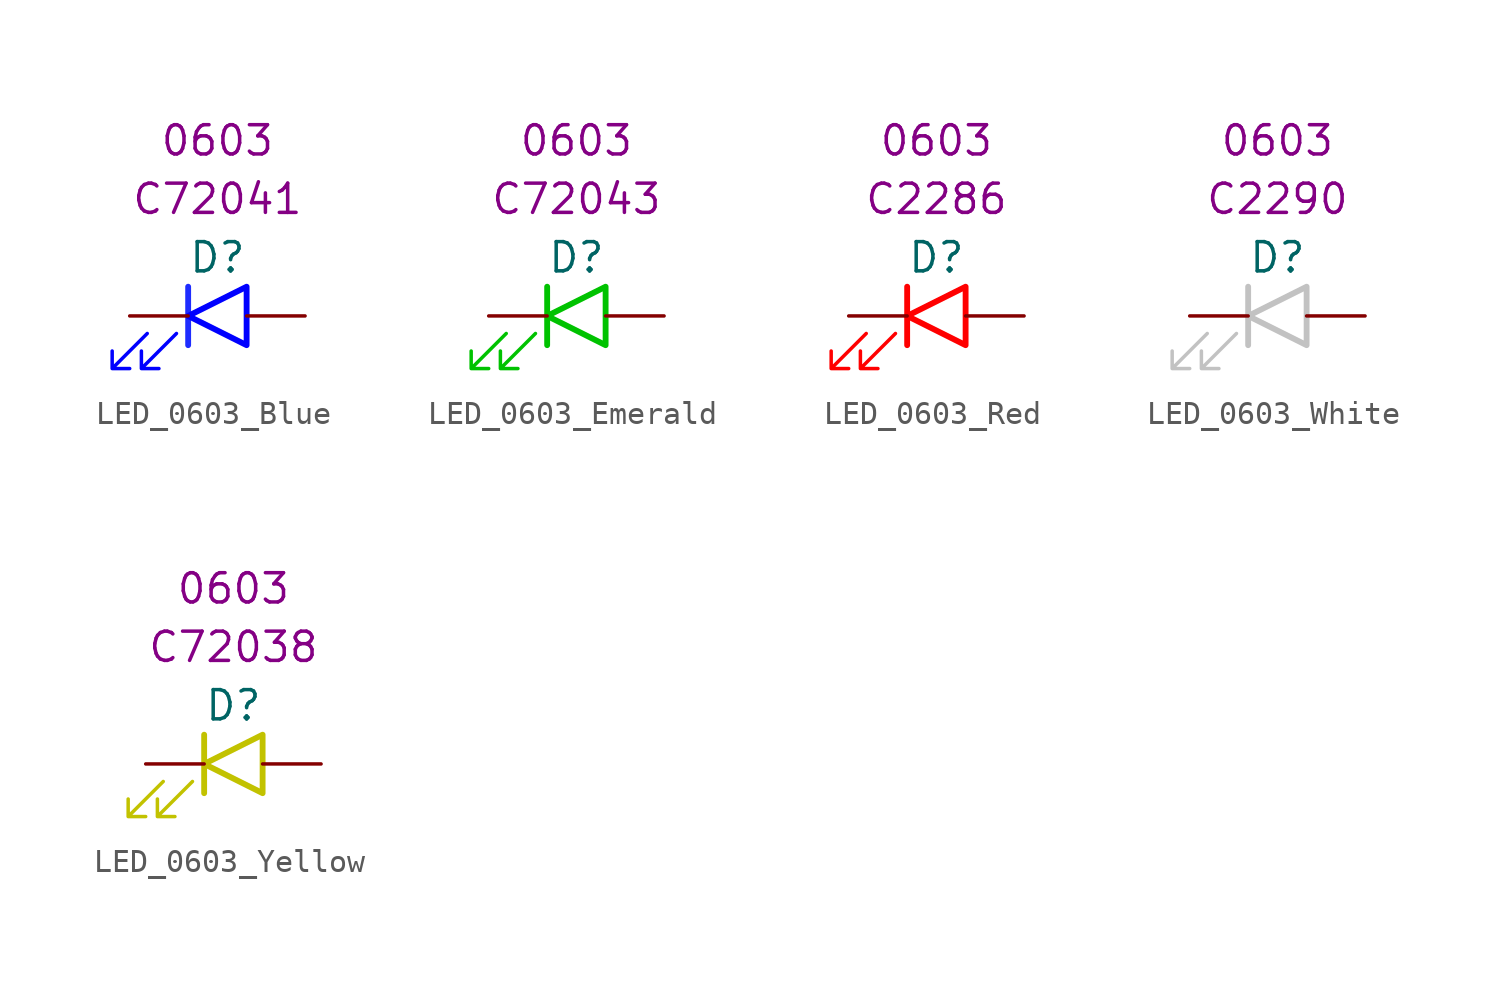
<source format=kicad_sym>
(kicad_symbol_lib
  (version 20220914)
  (generator kicad_symbol_editor)
  (symbol "LED_0603_Blue"
    (pin_numbers hide)
    (pin_names
      (offset 1.016) hide)
    (property "Reference" "D"
      (at 0 2.54 0)
      (effects (font (size 1.27 1.27))))
    (property "LCSC" "C72041"
      (at 0 5.08 0)
      (effects (font (size 1.27 1.27))))
    (property "Package" "0603"
      (at 0 7.62 0)
      (effects (font (size 1.27 1.27))))
    (symbol "LED_0603_Blue_1_1"
      (polyline (pts (xy -1.27 -1.27) (xy -1.27 1.27)) (stroke (width 0.254) (type default) (color 30 44 255 1)) (fill (type none)))
      (polyline (pts (xy 1.27 -1.27) (xy 1.27 1.27) (xy -1.27 0) (xy 1.27 -1.27)) (stroke (width 0.254) (type default) (color 0 0 255 1)) (fill (type none)))
      (polyline (pts (xy -3.048 -0.762) (xy -4.572 -2.286) (xy -3.81 -2.286) (xy -4.572 -2.286) (xy -4.572 -1.524)) (stroke (width 0) (type default) (color 0 0 255 1)) (fill (type none)))
      (polyline (pts (xy -1.778 -0.762) (xy -3.302 -2.286) (xy -2.54 -2.286) (xy -3.302 -2.286) (xy -3.302 -1.524)) (stroke (width 0) (type default) (color 0 0 255 1)) (fill (type none)))
      (pin passive line (at -3.81 0 0) (length 2.54) (name "K" (effects (font (size 1.27 1.27)))) (number "1" (effects (font (size 1.27 1.27)))))
      (pin passive line (at 3.81 0 180) (length 2.54) (name "A" (effects (font (size 1.27 1.27)))) (number "2" (effects (font (size 1.27 1.27)))))))
  (symbol "LED_0603_Emerald"
    (pin_numbers hide)
    (pin_names
      (offset 1.016) hide)
    (property "Reference" "D"
      (at 0 2.54 0)
      (effects (font (size 1.27 1.27))))
    (property "LCSC" "C72043"
      (at 0 5.08 0)
      (effects (font (size 1.27 1.27))))
    (property "Package" "0603"
      (at 0 7.62 0)
      (effects (font (size 1.27 1.27))))
    (symbol "LED_0603_Emerald_1_1"
      (polyline (pts (xy -1.27 -1.27) (xy -1.27 1.27)) (stroke (width 0.254) (type default) (color 0 194 0 1)) (fill (type none)))
      (polyline (pts (xy 1.27 -1.27) (xy 1.27 1.27) (xy -1.27 0) (xy 1.27 -1.27)) (stroke (width 0.254) (type default) (color 0 194 0 1)) (fill (type none)))
      (polyline (pts (xy -3.048 -0.762) (xy -4.572 -2.286) (xy -3.81 -2.286) (xy -4.572 -2.286) (xy -4.572 -1.524)) (stroke (width 0) (type default) (color 0 194 0 1)) (fill (type none)))
      (polyline (pts (xy -1.778 -0.762) (xy -3.302 -2.286) (xy -2.54 -2.286) (xy -3.302 -2.286) (xy -3.302 -1.524)) (stroke (width 0) (type default) (color 0 194 0 1)) (fill (type none)))
      (pin passive line (at -3.81 0 0) (length 2.54) (name "K" (effects (font (size 1.27 1.27)))) (number "1" (effects (font (size 1.27 1.27)))))
      (pin passive line (at 3.81 0 180) (length 2.54) (name "A" (effects (font (size 1.27 1.27)))) (number "2" (effects (font (size 1.27 1.27)))))))
  (symbol "LED_0603_Red"
    (pin_numbers hide)
    (pin_names
      (offset 1.016) hide)
    (property "Reference" "D"
      (at 0 2.54 0)
      (effects (font (size 1.27 1.27))))
    (property "LCSC" " C2286 "
      (at 0 5.08 0)
      (effects (font (size 1.27 1.27))))
    (property "Package" "0603"
      (at 0 7.62 0)
      (effects (font (size 1.27 1.27))))
    (symbol "LED_0603_Red_1_1"
      (polyline (pts (xy -1.27 -1.27) (xy -1.27 1.27)) (stroke (width 0.254) (type default) (color 255 0 0 1)) (fill (type none)))
      (polyline (pts (xy 1.27 -1.27) (xy 1.27 1.27) (xy -1.27 0) (xy 1.27 -1.27)) (stroke (width 0.254) (type default) (color 255 0 0 1)) (fill (type none)))
      (polyline (pts (xy -3.048 -0.762) (xy -4.572 -2.286) (xy -3.81 -2.286) (xy -4.572 -2.286) (xy -4.572 -1.524)) (stroke (width 0) (type default) (color 255 0 0 1)) (fill (type none)))
      (polyline (pts (xy -1.778 -0.762) (xy -3.302 -2.286) (xy -2.54 -2.286) (xy -3.302 -2.286) (xy -3.302 -1.524)) (stroke (width 0) (type default) (color 255 0 0 1)) (fill (type none)))
      (pin passive line (at -3.81 0 0) (length 2.54) (name "K" (effects (font (size 1.27 1.27)))) (number "1" (effects (font (size 1.27 1.27)))))
      (pin passive line (at 3.81 0 180) (length 2.54) (name "A" (effects (font (size 1.27 1.27)))) (number "2" (effects (font (size 1.27 1.27)))))))
  (symbol "LED_0603_White"
    (pin_numbers hide)
    (pin_names
      (offset 1.016) hide)
    (property "Reference" "D"
      (at 0 2.54 0)
      (effects (font (size 1.27 1.27))))
    (property "LCSC" "C2290"
      (at 0 5.08 0)
      (effects (font (size 1.27 1.27))))
    (property "Package" "0603"
      (at 0 7.62 0)
      (effects (font (size 1.27 1.27))))
    (symbol "LED_0603_White_1_1"
      (polyline (pts (xy -1.27 -1.27) (xy -1.27 1.27)) (stroke (width 0.254) (type default) (color 194 194 194 1)) (fill (type none)))
      (polyline (pts (xy 1.27 -1.27) (xy 1.27 1.27) (xy -1.27 0) (xy 1.27 -1.27)) (stroke (width 0.254) (type default) (color 194 194 194 1)) (fill (type none)))
      (polyline (pts (xy -3.048 -0.762) (xy -4.572 -2.286) (xy -3.81 -2.286) (xy -4.572 -2.286) (xy -4.572 -1.524)) (stroke (width 0) (type default) (color 194 194 194 1)) (fill (type none)))
      (polyline (pts (xy -1.778 -0.762) (xy -3.302 -2.286) (xy -2.54 -2.286) (xy -3.302 -2.286) (xy -3.302 -1.524)) (stroke (width 0) (type default) (color 194 194 194 1)) (fill (type none)))
      (pin passive line (at -3.81 0 0) (length 2.54) (name "K" (effects (font (size 1.27 1.27)))) (number "1" (effects (font (size 1.27 1.27)))))
      (pin passive line (at 3.81 0 180) (length 2.54) (name "A" (effects (font (size 1.27 1.27)))) (number "2" (effects (font (size 1.27 1.27)))))))
  (symbol "LED_0603_Yellow"
    (pin_numbers hide)
    (pin_names
      (offset 1.016) hide)
    (property "Reference" "D"
      (at 0 2.54 0)
      (effects (font (size 1.27 1.27))))
    (property "LCSC" "C72038"
      (at 0 5.08 0)
      (effects (font (size 1.27 1.27))))
    (property "Package" "0603"
      (at 0 7.62 0)
      (effects (font (size 1.27 1.27))))
    (symbol "LED_0603_Yellow_1_1"
      (polyline (pts (xy -1.27 -1.27) (xy -1.27 1.27)) (stroke (width 0.254) (type default) (color 194 194 0 1)) (fill (type none)))
      (polyline (pts (xy 1.27 -1.27) (xy 1.27 1.27) (xy -1.27 0) (xy 1.27 -1.27)) (stroke (width 0.254) (type default) (color 194 194 0 1)) (fill (type none)))
      (polyline (pts (xy -3.048 -0.762) (xy -4.572 -2.286) (xy -3.81 -2.286) (xy -4.572 -2.286) (xy -4.572 -1.524)) (stroke (width 0) (type default) (color 194 194 0 1)) (fill (type none)))
      (polyline (pts (xy -1.778 -0.762) (xy -3.302 -2.286) (xy -2.54 -2.286) (xy -3.302 -2.286) (xy -3.302 -1.524)) (stroke (width 0) (type default) (color 194 194 0 1)) (fill (type none)))
      (pin passive line (at -3.81 0 0) (length 2.54) (name "K" (effects (font (size 1.27 1.27)))) (number "1" (effects (font (size 1.27 1.27)))))
      (pin passive line (at 3.81 0 180) (length 2.54) (name "A" (effects (font (size 1.27 1.27)))) (number "2" (effects (font (size 1.27 1.27))))))))
</source>
